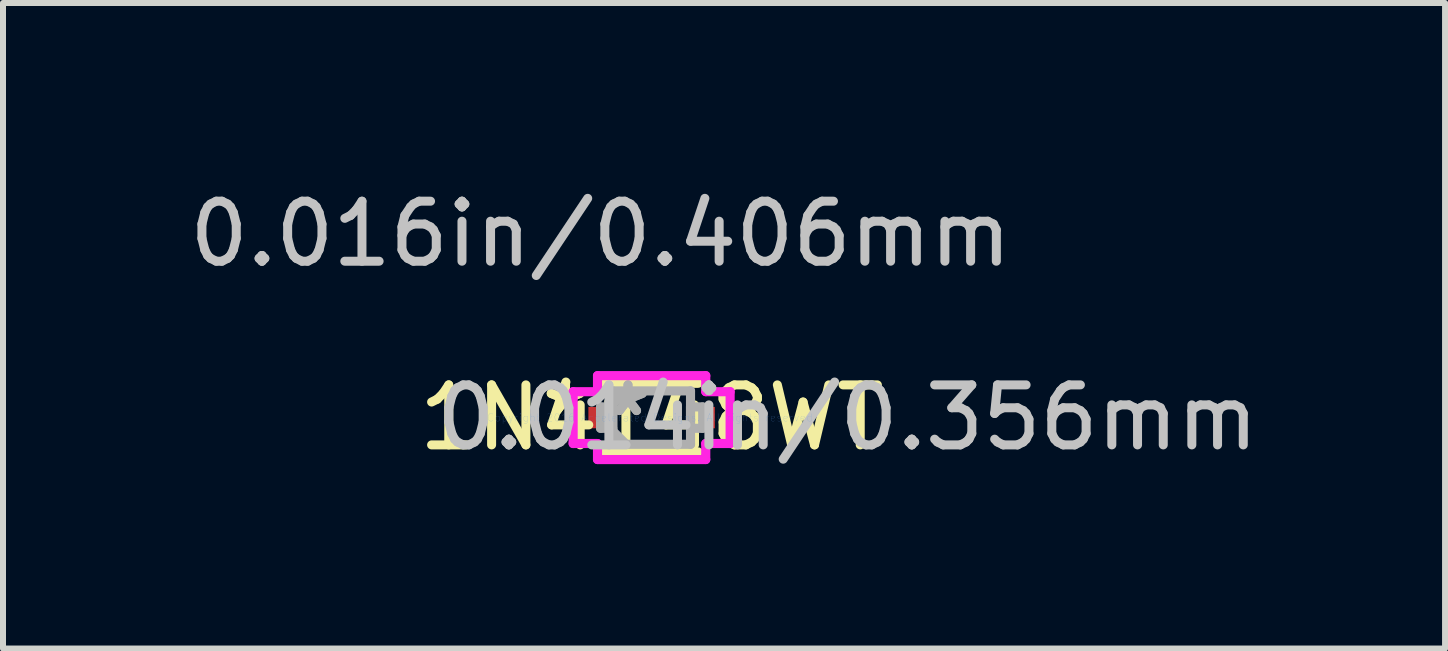
<source format=kicad_pcb>
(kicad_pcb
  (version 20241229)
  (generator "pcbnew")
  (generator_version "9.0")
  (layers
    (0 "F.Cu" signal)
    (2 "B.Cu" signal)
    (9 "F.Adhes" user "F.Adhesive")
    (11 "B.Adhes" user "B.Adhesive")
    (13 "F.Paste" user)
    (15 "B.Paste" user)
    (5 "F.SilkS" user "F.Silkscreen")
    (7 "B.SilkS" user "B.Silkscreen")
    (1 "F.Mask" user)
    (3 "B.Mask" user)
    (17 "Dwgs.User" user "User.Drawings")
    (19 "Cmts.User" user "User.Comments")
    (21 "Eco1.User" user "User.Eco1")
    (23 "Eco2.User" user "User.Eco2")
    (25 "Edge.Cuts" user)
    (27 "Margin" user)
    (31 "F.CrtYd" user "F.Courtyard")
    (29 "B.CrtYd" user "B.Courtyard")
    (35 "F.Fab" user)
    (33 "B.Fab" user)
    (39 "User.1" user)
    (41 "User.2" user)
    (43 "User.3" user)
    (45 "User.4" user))
  (footprint "1N4148WT"
    (layer "F.Cu")
    (at 7.809 3.909)
    (property "Reference" "1N4148WT" (at 0 0 0) (layer "F.SilkS") (effects (font (size 1 1) (thickness 0.15))))
    (attr through_hole)
    (fp_line (start -0.775 0.572) (end 0.775 0.572) (stroke (width 0.152) (type solid)) (layer "F.SilkS"))
    (fp_line (start 0.775 -0.572) (end -0.775 -0.572) (stroke (width 0.152) (type solid)) (layer "F.SilkS"))
    (fp_line (start -1.308 -0.432) (end -0.902 -0.432) (stroke (width 0.152) (type solid)) (layer "F.CrtYd"))
    (fp_line (start -1.308 0.432) (end -1.308 -0.432) (stroke (width 0.152) (type solid)) (layer "F.CrtYd"))
    (fp_line (start -0.902 -0.699) (end 0.902 -0.699) (stroke (width 0.152) (type solid)) (layer "F.CrtYd"))
    (fp_line (start -0.902 -0.432) (end -0.902 -0.699) (stroke (width 0.152) (type solid)) (layer "F.CrtYd"))
    (fp_line (start -0.902 0.432) (end -1.308 0.432) (stroke (width 0.152) (type solid)) (layer "F.CrtYd"))
    (fp_line (start -0.902 0.699) (end -0.902 0.432) (stroke (width 0.152) (type solid)) (layer "F.CrtYd"))
    (fp_line (start 0.902 -0.699) (end 0.902 -0.432) (stroke (width 0.152) (type solid)) (layer "F.CrtYd"))
    (fp_line (start 0.902 -0.432) (end 1.308 -0.432) (stroke (width 0.152) (type solid)) (layer "F.CrtYd"))
    (fp_line (start 0.902 0.432) (end 0.902 0.699) (stroke (width 0.152) (type solid)) (layer "F.CrtYd"))
    (fp_line (start 0.902 0.699) (end -0.902 0.699) (stroke (width 0.152) (type solid)) (layer "F.CrtYd"))
    (fp_line (start 1.308 -0.432) (end 1.308 0.432) (stroke (width 0.152) (type solid)) (layer "F.CrtYd"))
    (fp_line (start 1.308 0.432) (end 0.902 0.432) (stroke (width 0.152) (type solid)) (layer "F.CrtYd"))
    (fp_line (start -0.851 -0.178) (end -0.851 0.178) (stroke (width 0.152) (type solid)) (layer "F.Fab"))
    (fp_line (start -0.851 0.178) (end -0.648 0.178) (stroke (width 0.152) (type solid)) (layer "F.Fab"))
    (fp_line (start -0.648 -0.445) (end -0.648 0.445) (stroke (width 0.152) (type solid)) (layer "F.Fab"))
    (fp_line (start -0.648 -0.222) (end -0.425 -0.445) (stroke (width 0.152) (type solid)) (layer "F.Fab"))
    (fp_line (start -0.648 -0.178) (end -0.851 -0.178) (stroke (width 0.152) (type solid)) (layer "F.Fab"))
    (fp_line (start -0.648 0.178) (end -0.648 -0.178) (stroke (width 0.152) (type solid)) (layer "F.Fab"))
    (fp_line (start -0.648 0.222) (end -0.425 0.445) (stroke (width 0.152) (type solid)) (layer "F.Fab"))
    (fp_line (start -0.648 0.445) (end 0.648 0.445) (stroke (width 0.152) (type solid)) (layer "F.Fab"))
    (fp_line (start 0.648 -0.445) (end -0.648 -0.445) (stroke (width 0.152) (type solid)) (layer "F.Fab"))
    (fp_line (start 0.648 -0.178) (end 0.648 0.178) (stroke (width 0.152) (type solid)) (layer "F.Fab"))
    (fp_line (start 0.648 0.178) (end 0.851 0.178) (stroke (width 0.152) (type solid)) (layer "F.Fab"))
    (fp_line (start 0.648 0.445) (end 0.648 -0.445) (stroke (width 0.152) (type solid)) (layer "F.Fab"))
    (fp_line (start 0.851 -0.178) (end 0.648 -0.178) (stroke (width 0.152) (type solid)) (layer "F.Fab"))
    (fp_line (start 0.851 0.178) (end 0.851 -0.178) (stroke (width 0.152) (type solid)) (layer "F.Fab"))
    (fp_text user "*" (at -1.435 0 0) (layer "F.SilkS") (effects (font (size 1 1) (thickness 0.15))))
    (fp_text user "*" (at -1.435 0 0) (layer "F.SilkS") (effects (font (size 1 1) (thickness 0.15))))
    (fp_text user "0.016in/0.406mm" (at -0.851 -3.061 0) (layer "Dwgs.User") (effects (font (size 1 1) (thickness 0.15))))
    (fp_text user "0.014in/0.356mm" (at 3.264 0 0) (layer "Dwgs.User") (effects (font (size 1 1) (thickness 0.15))))
    (fp_text user "Copyright 2016 Accelerated Designs. All rights reserved." (at 0 0 0) (layer "Cmts.User") (effects (font (size 0.127 0.127) (thickness 0.002))))
    (fp_text user "*" (at -0.394 0 0) (layer "F.Fab") (effects (font (size 1 1) (thickness 0.15))))
    (fp_text user "*" (at -0.394 0 0) (layer "F.Fab") (effects (font (size 1 1) (thickness 0.15))))
    (pad "1" smd rect (at -0.851 0) (size 0.406 0.356) (layers "F.Cu" "F.Mask" "F.Paste"))
    (pad "2" smd rect (at 0.851 0) (size 0.406 0.356) (layers "F.Cu" "F.Mask" "F.Paste")))
  (gr_rect
    (start -3 -3)
    (end 21.031 7.757)
    (stroke (width 0.1) (type default))
    (fill no)
    (layer "Edge.Cuts")))
</source>
